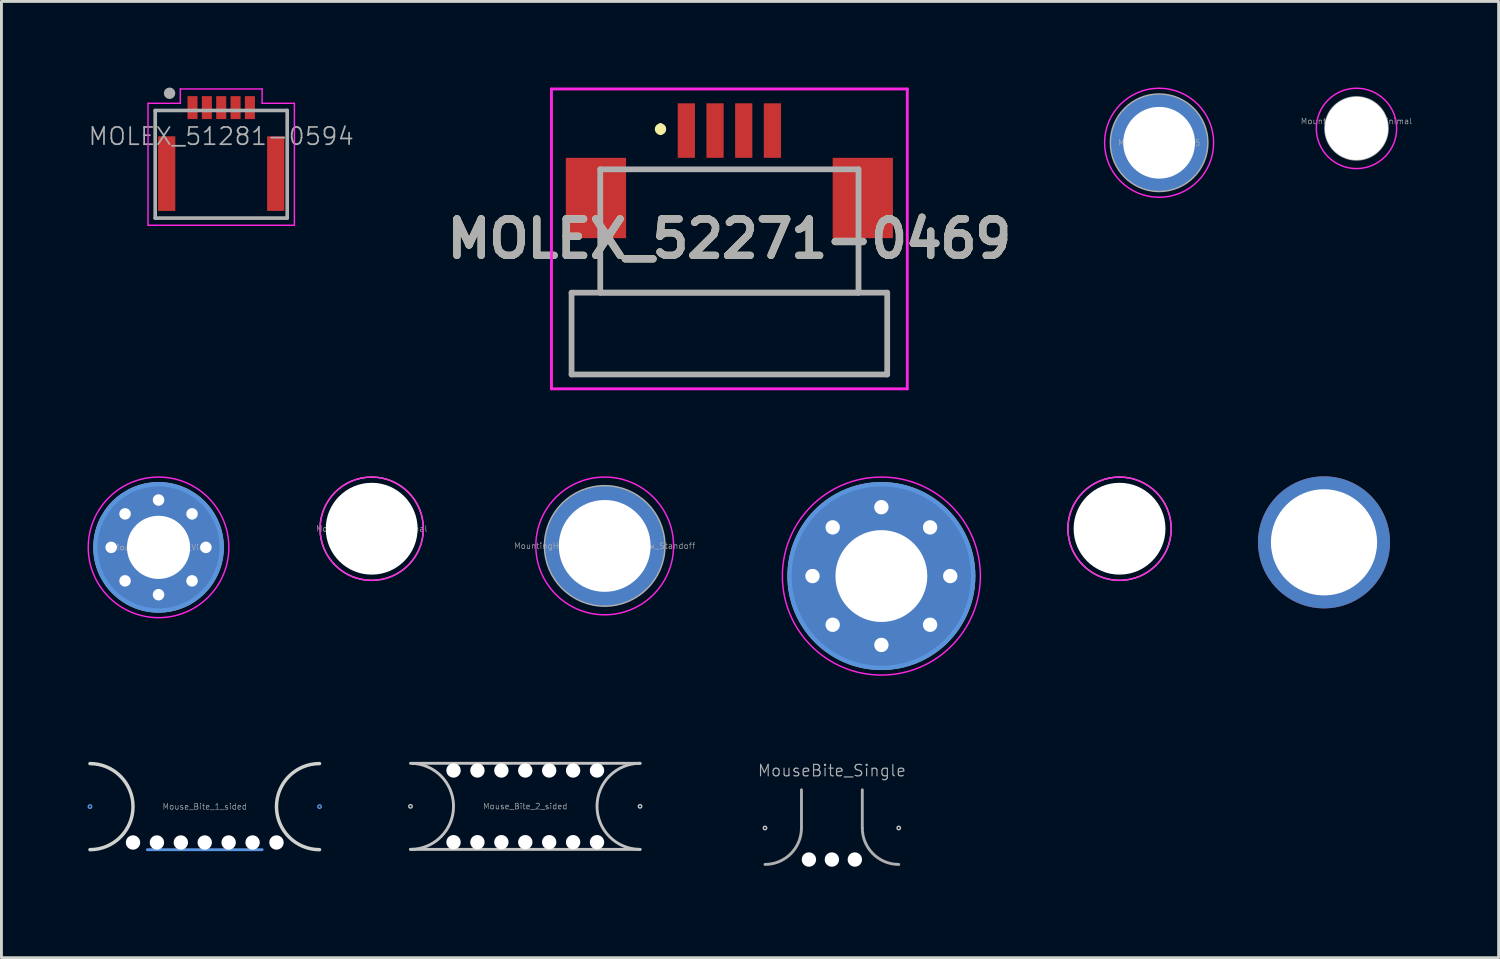
<source format=kicad_pcb>
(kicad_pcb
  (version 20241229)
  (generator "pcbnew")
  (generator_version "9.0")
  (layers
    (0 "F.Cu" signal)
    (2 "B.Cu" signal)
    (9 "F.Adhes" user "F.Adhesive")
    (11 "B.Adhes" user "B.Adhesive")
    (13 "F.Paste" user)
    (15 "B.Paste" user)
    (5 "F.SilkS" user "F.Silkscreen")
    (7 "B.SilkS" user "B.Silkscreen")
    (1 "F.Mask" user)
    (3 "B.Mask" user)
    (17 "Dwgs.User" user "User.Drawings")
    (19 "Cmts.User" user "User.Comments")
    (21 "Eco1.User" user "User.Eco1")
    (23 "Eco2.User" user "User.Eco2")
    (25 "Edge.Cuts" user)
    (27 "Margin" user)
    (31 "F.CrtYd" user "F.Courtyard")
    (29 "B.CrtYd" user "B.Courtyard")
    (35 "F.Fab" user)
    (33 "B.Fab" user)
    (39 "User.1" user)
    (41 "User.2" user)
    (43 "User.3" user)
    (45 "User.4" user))
  (footprint "MOLEX_51281-0594"
    (layer "F.Cu")
    (at 4.659 0.7)
    (property "Reference" "MOLEX_51281-0594" (at 0 1 0) (layer "F.Fab") (effects (font (size 0.6 0.6) (thickness 0.06))))
    (attr smd)
    (fp_line (start -2.55 -0.15) (end -1.425 -0.15) (stroke (width 0.05) (type solid)) (layer "F.CrtYd"))
    (fp_line (start -2.55 4.1) (end -2.55 -0.15) (stroke (width 0.05) (type solid)) (layer "F.CrtYd"))
    (fp_line (start -1.425 -0.65) (end 1.425 -0.65) (stroke (width 0.05) (type solid)) (layer "F.CrtYd"))
    (fp_line (start -1.425 -0.15) (end -1.425 -0.65) (stroke (width 0.05) (type solid)) (layer "F.CrtYd"))
    (fp_line (start 1.425 -0.65) (end 1.425 -0.15) (stroke (width 0.05) (type solid)) (layer "F.CrtYd"))
    (fp_line (start 1.425 -0.15) (end 2.55 -0.15) (stroke (width 0.05) (type solid)) (layer "F.CrtYd"))
    (fp_line (start 2.55 -0.15) (end 2.55 4.1) (stroke (width 0.05) (type solid)) (layer "F.CrtYd"))
    (fp_line (start 2.55 4.1) (end -2.55 4.1) (stroke (width 0.05) (type solid)) (layer "F.CrtYd"))
    (fp_line (start -2.3 0.1) (end 2.3 0.1) (stroke (width 0.127) (type solid)) (layer "F.Fab"))
    (fp_line (start -2.3 3.85) (end -2.3 0.1) (stroke (width 0.127) (type solid)) (layer "F.Fab"))
    (fp_line (start 2.3 0.1) (end 2.3 3.85) (stroke (width 0.127) (type solid)) (layer "F.Fab"))
    (fp_line (start 2.3 3.85) (end -2.3 3.85) (stroke (width 0.127) (type solid)) (layer "F.Fab"))
    (fp_circle (center -1.8 -0.5) (end -1.7 -0.5) (stroke (width 0.2) (type solid)) (fill no) (layer "F.Fab"))
    (pad "" smd rect (at -1.9 2.3) (size 0.6 2.6) (layers "F.Cu" "F.Mask" "F.Paste"))
    (pad "" smd rect (at 1.9 2.3) (size 0.6 2.6) (layers "F.Cu" "F.Mask" "F.Paste"))
    (pad "1" smd rect (at -1 0) (size 0.35 0.8) (layers "F.Cu" "F.Mask" "F.Paste"))
    (pad "2" smd rect (at -0.5 0) (size 0.35 0.8) (layers "F.Cu" "F.Mask" "F.Paste"))
    (pad "3" smd rect (at 0 0) (size 0.35 0.8) (layers "F.Cu" "F.Mask" "F.Paste"))
    (pad "4" smd rect (at 0.5 0) (size 0.35 0.8) (layers "F.Cu" "F.Mask" "F.Paste"))
    (pad "5" smd rect (at 1 0) (size 0.35 0.8) (layers "F.Cu" "F.Mask" "F.Paste")))
  (footprint "Mouse_Bite_2_sided"
    (layer "F.Cu")
    (at 15.255 25.05)
    (property "Reference" "Mouse_Bite_2_sided" (at 0 0 0) (unlocked yes) (layer "F.Fab") (effects (font (size 0.2 0.2) (thickness 0.02))))
    (attr through_hole)
    (fp_line (start -4 1.5) (end 4 1.5) (stroke (width 0.1) (type solid)) (layer "Dwgs.User"))
    (fp_line (start -3.94 -1.5) (end 4 -1.5) (stroke (width 0.1) (type solid)) (layer "Dwgs.User"))
    (fp_arc (start -4 -1.5) (mid -2.5 0) (end -4 1.5) (stroke (width 0.1) (type solid)) (layer "Dwgs.User"))
    (fp_arc (start 4 1.5) (mid 2.5 0) (end 4 -1.5) (stroke (width 0.1) (type solid)) (layer "Dwgs.User"))
    (fp_circle (center -4 0) (end -3.94 0) (stroke (width 0.05) (type solid)) (fill no) (layer "Dwgs.User"))
    (fp_circle (center 4 0) (end 4.06 0) (stroke (width 0.05) (type solid)) (fill no) (layer "Dwgs.User"))
    (pad "" np_thru_hole circle (at -2.5 -1.25) (size 0.5 0.5) (drill 0.5) (layers "*.Cu" "*.Mask"))
    (pad "" np_thru_hole circle (at -2.5 1.25) (size 0.5 0.5) (drill 0.5) (layers "*.Cu" "*.Mask"))
    (pad "" np_thru_hole circle (at -1.667 -1.25) (size 0.5 0.5) (drill 0.5) (layers "*.Cu" "*.Mask"))
    (pad "" np_thru_hole circle (at -1.667 1.25) (size 0.5 0.5) (drill 0.5) (layers "*.Cu" "*.Mask"))
    (pad "" np_thru_hole circle (at -0.833 -1.25) (size 0.5 0.5) (drill 0.5) (layers "*.Cu" "*.Mask"))
    (pad "" np_thru_hole circle (at -0.833 1.25) (size 0.5 0.5) (drill 0.5) (layers "*.Cu" "*.Mask"))
    (pad "" np_thru_hole circle (at -0.000001 -1.25) (size 0.5 0.5) (drill 0.5) (layers "*.Cu" "*.Mask"))
    (pad "" np_thru_hole circle (at -0.000001 1.25) (size 0.5 0.5) (drill 0.5) (layers "*.Cu" "*.Mask"))
    (pad "" np_thru_hole circle (at 0.833 -1.25) (size 0.5 0.5) (drill 0.5) (layers "*.Cu" "*.Mask"))
    (pad "" np_thru_hole circle (at 0.833 1.25) (size 0.5 0.5) (drill 0.5) (layers "*.Cu" "*.Mask"))
    (pad "" np_thru_hole circle (at 1.667 -1.25) (size 0.5 0.5) (drill 0.5) (layers "*.Cu" "*.Mask"))
    (pad "" np_thru_hole circle (at 1.667 1.25) (size 0.5 0.5) (drill 0.5) (layers "*.Cu" "*.Mask"))
    (pad "" np_thru_hole circle (at 2.5 -1.25) (size 0.5 0.5) (drill 0.5) (layers "*.Cu" "*.Mask"))
    (pad "" np_thru_hole circle (at 2.5 1.25) (size 0.5 0.5) (drill 0.5) (layers "*.Cu" "*.Mask")))
  (footprint "MountingHole_M2_Via"
    (layer "F.Cu")
    (at 2.475 16.025)
    (property "Reference" "MountingHole_M2_Via" (at 0 0 0) (unlocked yes) (layer "F.Fab") (effects (font (size 0.2 0.2) (thickness 0.02))))
    (attr exclude_from_pos_files exclude_from_bom)
    (fp_circle (center 0 0) (end 2.2 0) (stroke (width 0.15) (type solid)) (fill no) (layer "Cmts.User"))
    (fp_circle (center 0 0) (end 2.45 0) (stroke (width 0.05) (type solid)) (fill no) (layer "F.CrtYd"))
    (fp_circle (center 0 0) (end 2.25 0) (stroke (width 0.05) (type solid)) (fill no) (layer "F.Fab"))
    (pad "1" thru_hole circle (at -1.65 0) (size 0.7 0.7) (drill 0.4) (layers "*.Cu" "*.Mask"))
    (pad "1" thru_hole circle (at -1.167 -1.167) (size 0.7 0.7) (drill 0.4) (layers "*.Cu" "*.Mask"))
    (pad "1" thru_hole circle (at -1.167 1.167) (size 0.7 0.7) (drill 0.4) (layers "*.Cu" "*.Mask"))
    (pad "1" thru_hole circle (at 0 -1.65) (size 0.7 0.7) (drill 0.4) (layers "*.Cu" "*.Mask"))
    (pad "1" thru_hole circle (at 0 0) (size 4.4 4.4) (drill 2.2) (layers "*.Cu" "*.Mask"))
    (pad "1" thru_hole circle (at 0 1.65) (size 0.7 0.7) (drill 0.4) (layers "*.Cu" "*.Mask"))
    (pad "1" thru_hole circle (at 1.167 -1.167) (size 0.7 0.7) (drill 0.4) (layers "*.Cu" "*.Mask"))
    (pad "1" thru_hole circle (at 1.167 1.167) (size 0.7 0.7) (drill 0.4) (layers "*.Cu" "*.Mask"))
    (pad "1" thru_hole circle (at 1.65 0) (size 0.7 0.7) (drill 0.4) (layers "*.Cu" "*.Mask")))
  (footprint "MountingHole_M3"
    (layer "F.Cu")
    (at 35.965 15.375)
    (property "Reference" "MountingHole_M3" (at 0 0 0) (unlocked yes) (layer "F.Fab") (effects (font (size 0.2 0.2) (thickness 0.02))))
    (attr exclude_from_pos_files exclude_from_bom)
    (fp_circle (center 0 0) (end 1.8 0) (stroke (width 0.05) (type solid)) (fill no) (layer "F.CrtYd"))
    (fp_circle (center 0 0) (end 1.8 0) (stroke (width 0.05) (type solid)) (fill no) (layer "F.Fab"))
    (pad "" np_thru_hole circle (at 0 0) (size 3.2 3.2) (drill 3.2) (layers "*.Cu" "*.Mask")))
  (footprint "MountingHole_M3_Via"
    (layer "F.Cu")
    (at 27.665 17.025)
    (property "Reference" "MountingHole_M3_Via" (at -0.025 0.05 0) (unlocked yes) (layer "F.Fab") (effects (font (size 0.2 0.2) (thickness 0.02))))
    (attr exclude_from_pos_files exclude_from_bom)
    (fp_circle (center 0 0) (end 3.2 0) (stroke (width 0.15) (type solid)) (fill no) (layer "Cmts.User"))
    (fp_circle (center 0 0) (end 3.45 0) (stroke (width 0.05) (type solid)) (fill no) (layer "F.CrtYd"))
    (fp_circle (center 0 0) (end 3.25 0) (stroke (width 0.05) (type solid)) (fill no) (layer "F.Fab"))
    (pad "1" thru_hole circle (at -2.4 0) (size 0.8 0.8) (drill 0.5) (layers "*.Cu" "*.Mask"))
    (pad "1" thru_hole circle (at -1.697 -1.697) (size 0.8 0.8) (drill 0.5) (layers "*.Cu" "*.Mask"))
    (pad "1" thru_hole circle (at -1.697 1.697) (size 0.8 0.8) (drill 0.5) (layers "*.Cu" "*.Mask"))
    (pad "1" thru_hole circle (at 0 -2.4) (size 0.8 0.8) (drill 0.5) (layers "*.Cu" "*.Mask"))
    (pad "1" thru_hole circle (at 0 0) (size 6.4 6.4) (drill 3.2) (layers "*.Cu" "*.Mask"))
    (pad "1" thru_hole circle (at 0 2.4) (size 0.8 0.8) (drill 0.5) (layers "*.Cu" "*.Mask"))
    (pad "1" thru_hole circle (at 1.697 -1.697) (size 0.8 0.8) (drill 0.5) (layers "*.Cu" "*.Mask"))
    (pad "1" thru_hole circle (at 1.697 1.697) (size 0.8 0.8) (drill 0.5) (layers "*.Cu" "*.Mask"))
    (pad "1" thru_hole circle (at 2.4 0) (size 0.8 0.8) (drill 0.5) (layers "*.Cu" "*.Mask")))
  (footprint "Mouse_Bite_1_sided"
    (layer "F.Cu")
    (at 4.085 25.06)
    (property "Reference" "Mouse_Bite_1_sided" (at 0 0 0) (unlocked yes) (layer "F.Fab") (effects (font (size 0.2 0.2) (thickness 0.02))))
    (attr through_hole)
    (fp_line (start -2 1.5) (end 2 1.5) (stroke (width 0.1) (type solid)) (layer "Cmts.User"))
    (fp_circle (center -4 0) (end -3.94 0) (stroke (width 0.05) (type solid)) (fill no) (layer "Cmts.User"))
    (fp_circle (center 4 0) (end 4.06 0) (stroke (width 0.05) (type solid)) (fill no) (layer "Cmts.User"))
    (fp_arc (start -4 -1.5) (mid -2.5 0) (end -4 1.5) (stroke (width 0.12) (type default)) (layer "Edge.Cuts"))
    (fp_arc (start 4 1.5) (mid 2.5 0) (end 4 -1.5) (stroke (width 0.12) (type default)) (layer "Edge.Cuts"))
    (pad "" np_thru_hole circle (at -2.5 1.25) (size 0.5 0.5) (drill 0.5) (layers "*.Cu" "*.Mask"))
    (pad "" np_thru_hole circle (at -1.667 1.25) (size 0.5 0.5) (drill 0.5) (layers "*.Cu" "*.Mask"))
    (pad "" np_thru_hole circle (at -0.833 1.25) (size 0.5 0.5) (drill 0.5) (layers "*.Cu" "*.Mask"))
    (pad "" np_thru_hole circle (at -0.000001 1.25) (size 0.5 0.5) (drill 0.5) (layers "*.Cu" "*.Mask"))
    (pad "" np_thru_hole circle (at 0.833 1.25) (size 0.5 0.5) (drill 0.5) (layers "*.Cu" "*.Mask"))
    (pad "" np_thru_hole circle (at 1.667 1.25) (size 0.5 0.5) (drill 0.5) (layers "*.Cu" "*.Mask"))
    (pad "" np_thru_hole circle (at 2.5 1.25) (size 0.5 0.5) (drill 0.5) (layers "*.Cu" "*.Mask")))
  (footprint "MountingHole_M2_Minimal"
    (layer "F.Cu")
    (at 44.222 1.425)
    (property "Reference" "MountingHole_M2_Minimal" (at 0 -0.25 0) (unlocked yes) (layer "F.Fab") (effects (font (size 0.2 0.2) (thickness 0.02))))
    (attr exclude_from_pos_files exclude_from_bom)
    (fp_circle (center 0 0) (end 1.4 0) (stroke (width 0.05) (type solid)) (fill no) (layer "F.CrtYd"))
    (fp_circle (center 0 0) (end 1.1 0) (stroke (width 0.05) (type solid)) (fill no) (layer "F.Fab"))
    (pad "" np_thru_hole circle (at 0 0) (size 2.2 2.2) (drill 2.2) (layers "*.Cu" "*.Mask")))
  (footprint "MountingHole_M3_Minimal_Screw_Standoff"
    (layer "F.Cu")
    (at 18.023 15.975)
    (property "Reference" "MountingHole_M3_Minimal_Screw_Standoff" (at 0 0 0) (unlocked yes) (layer "F.Fab") (effects (font (size 0.2 0.2) (thickness 0.02))))
    (attr exclude_from_pos_files exclude_from_bom)
    (fp_circle (center 0 0) (end 2.4 0) (stroke (width 0.05) (type solid)) (fill no) (layer "F.CrtYd"))
    (fp_circle (center 0 0) (end 2.1 0) (stroke (width 0.05) (type solid)) (fill no) (layer "F.Fab"))
    (pad "1" thru_hole circle (at 0 0) (size 4.2 4.2) (drill 3.2) (layers "*.Cu" "*.Mask")))
  (footprint "MOLEX_52271-0469"
    (layer "F.Cu")
    (at 22.368 5.275)
    (property "Reference" "MOLEX_52271-0469" (at 0 0 0) (layer "F.SilkS") (effects (font (size 1.27 1.27) (thickness 0.254))))
    (attr smd)
    (fp_line (start -4.5 0.575) (end -4.5 1.875) (stroke (width 0.1) (type solid)) (layer "F.SilkS"))
    (fp_line (start -4.5 1.875) (end 4.5 1.875) (stroke (width 0.1) (type solid)) (layer "F.SilkS"))
    (fp_line (start -3 -2.425) (end 3 -2.425) (stroke (width 0.1) (type solid)) (layer "F.SilkS"))
    (fp_line (start -2.4 -3.925) (end -2.4 -3.925) (stroke (width 0.2) (type solid)) (layer "F.SilkS"))
    (fp_line (start -2.4 -3.725) (end -2.4 -3.725) (stroke (width 0.2) (type solid)) (layer "F.SilkS"))
    (fp_line (start 4.5 1.875) (end 4.5 0.575) (stroke (width 0.1) (type solid)) (layer "F.SilkS"))
    (fp_arc (start -2.4 -3.925) (mid -2.3 -3.825) (end -2.4 -3.725) (stroke (width 0.2) (type solid)) (layer "F.SilkS"))
    (fp_arc (start -2.4 -3.725) (mid -2.5 -3.825) (end -2.4 -3.925) (stroke (width 0.2) (type solid)) (layer "F.SilkS"))
    (fp_line (start -6.2 -5.225) (end 6.2 -5.225) (stroke (width 0.1) (type solid)) (layer "F.CrtYd"))
    (fp_line (start -6.2 5.225) (end -6.2 -5.225) (stroke (width 0.1) (type solid)) (layer "F.CrtYd"))
    (fp_line (start 6.2 -5.225) (end 6.2 5.225) (stroke (width 0.1) (type solid)) (layer "F.CrtYd"))
    (fp_line (start 6.2 5.225) (end -6.2 5.225) (stroke (width 0.1) (type solid)) (layer "F.CrtYd"))
    (fp_line (start -5.5 1.875) (end 5.5 1.875) (stroke (width 0.2) (type solid)) (layer "F.Fab"))
    (fp_line (start -5.5 4.725) (end -5.5 1.875) (stroke (width 0.2) (type solid)) (layer "F.Fab"))
    (fp_line (start -4.5 -2.425) (end 4.5 -2.425) (stroke (width 0.2) (type solid)) (layer "F.Fab"))
    (fp_line (start -4.5 1.875) (end -4.5 -2.425) (stroke (width 0.2) (type solid)) (layer "F.Fab"))
    (fp_line (start 4.5 -2.425) (end 4.5 1.875) (stroke (width 0.2) (type solid)) (layer "F.Fab"))
    (fp_line (start 4.5 1.875) (end -4.5 1.875) (stroke (width 0.2) (type solid)) (layer "F.Fab"))
    (fp_line (start 5.5 1.875) (end 5.5 4.725) (stroke (width 0.2) (type solid)) (layer "F.Fab"))
    (fp_line (start 5.5 4.725) (end -5.5 4.725) (stroke (width 0.2) (type solid)) (layer "F.Fab"))
    (fp_text user "${REFERENCE}" (at 0 0 0) (layer "F.Fab") (effects (font (size 1.27 1.27) (thickness 0.254))))
    (pad "1" smd rect (at -1.5 -3.775) (size 0.6 1.9) (layers "F.Cu" "F.Mask" "F.Paste"))
    (pad "2" smd rect (at -0.5 -3.775) (size 0.6 1.9) (layers "F.Cu" "F.Mask" "F.Paste"))
    (pad "3" smd rect (at 0.5 -3.775) (size 0.6 1.9) (layers "F.Cu" "F.Mask" "F.Paste"))
    (pad "4" smd rect (at 1.5 -3.775) (size 0.6 1.9) (layers "F.Cu" "F.Mask" "F.Paste"))
    (pad "MP1" smd rect (at -4.65 -1.425) (size 2.1 2.8) (layers "F.Cu" "F.Mask" "F.Paste"))
    (pad "MP2" smd rect (at 4.65 -1.425) (size 2.1 2.8) (layers "F.Cu" "F.Mask" "F.Paste")))
  (footprint "MountingHole_M3_Minimal"
    (layer "F.Cu")
    (at 9.903 15.375)
    (property "Reference" "MountingHole_M3_Minimal" (at 0 0 0) (unlocked yes) (layer "F.Fab") (effects (font (size 0.2 0.2) (thickness 0.02))))
    (attr exclude_from_pos_files exclude_from_bom)
    (fp_circle (center 0 0) (end 1.8 0) (stroke (width 0.05) (type solid)) (fill no) (layer "F.CrtYd"))
    (fp_circle (center 0 0) (end 1.8 0) (stroke (width 0.05) (type solid)) (fill no) (layer "F.Fab"))
    (pad "" np_thru_hole circle (at 0 0) (size 3.2 3.2) (drill 3.2) (layers "*.Cu" "*.Mask")))
  (footprint "MountingHole_M2.5"
    (layer "F.Cu")
    (at 37.344 1.925)
    (property "Reference" "MountingHole_M2.5" (at 0 0 0) (unlocked yes) (layer "F.Fab") (effects (font (size 0.2 0.2) (thickness 0.02))))
    (attr exclude_from_pos_files exclude_from_bom)
    (fp_circle (center 0 0) (end 1.9 0) (stroke (width 0.05) (type solid)) (fill no) (layer "F.CrtYd"))
    (fp_circle (center 0 0) (end 1.7 0) (stroke (width 0.05) (type solid)) (fill no) (layer "F.Fab"))
    (pad "1" thru_hole circle (at 0 0) (size 3.4 3.4) (drill 2.5) (layers "*.Cu" "*.Mask")))
  (footprint "MouseBite_Single"
    (layer "F.Cu")
    (at 28.27 27.074)
    (property "Reference" "MouseBite_Single" (at -2.33 -3.27 0) (layer "F.Fab") (effects (font (size 0.4 0.4) (thickness 0.04))))
    (attr exclude_from_pos_files exclude_from_bom)
    (fp_circle (center -4.66 -1.27) (end -4.6 -1.27) (stroke (width 0.05) (type solid)) (fill no) (layer "Dwgs.User"))
    (fp_circle (center 0 -1.27) (end 0 -1.33) (stroke (width 0.05) (type solid)) (fill no) (layer "Dwgs.User"))
    (fp_line (start -4.66 -1.27) (end -4.66 -1.27) (stroke (width 2.54) (type solid)) (layer "Eco1.User"))
    (fp_line (start 0 -1.27) (end 0 -1.27) (stroke (width 2.54) (type solid)) (layer "Eco1.User"))
    (fp_line (start -3.39 -1.27) (end -3.39 -2.6) (stroke (width 0.1) (type solid)) (layer "F.Fab"))
    (fp_line (start -1.27 -1.27) (end -1.27 -2.6) (stroke (width 0.1) (type solid)) (layer "F.Fab"))
    (fp_arc (start -3.39 -1.27) (mid -3.761974 -0.371974) (end -4.66 0) (stroke (width 0.1) (type solid)) (layer "F.Fab"))
    (fp_arc (start 0 0) (mid -0.898026 -0.371974) (end -1.27 -1.27) (stroke (width 0.1) (type solid)) (layer "F.Fab"))
    (pad "" np_thru_hole circle (at -3.13 -0.17) (size 0.5 0.5) (drill 0.5) (layers "*.Cu" "*.Mask"))
    (pad "" np_thru_hole circle (at -2.33 -0.17) (size 0.5 0.5) (drill 0.5) (layers "*.Cu" "*.Mask"))
    (pad "" np_thru_hole circle (at -1.53 -0.17) (size 0.5 0.5) (drill 0.5) (layers "*.Cu" "*.Mask")))
  (footprint "MountingHole_MiniPCIe"
    (layer "F.Cu")
    (at 43.09 15.85)
    (property "Reference" "MountingHole_MiniPCIe" (at 0 0 0) (unlocked yes) (layer "F.Fab") (effects (font (size 0.2 0.2) (thickness 0.02))))
    (attr exclude_from_pos_files exclude_from_bom)
    (fp_circle (center 0 0) (end 1.8 0) (stroke (width 0.05) (type solid)) (fill no) (layer "F.CrtYd"))
    (fp_circle (center 0 0) (end 1.8 0) (stroke (width 0.05) (type solid)) (fill no) (layer "F.Fab"))
    (pad "" np_thru_hole circle (at 0 0) (size 4.6 4.6) (drill 3.7) (layers "*.Cu" "*.Mask")))
  (gr_rect
    (start -3 -3)
    (end 49.175 30.324)
    (stroke (width 0.1) (type default))
    (fill no)
    (layer "Edge.Cuts")))
</source>
